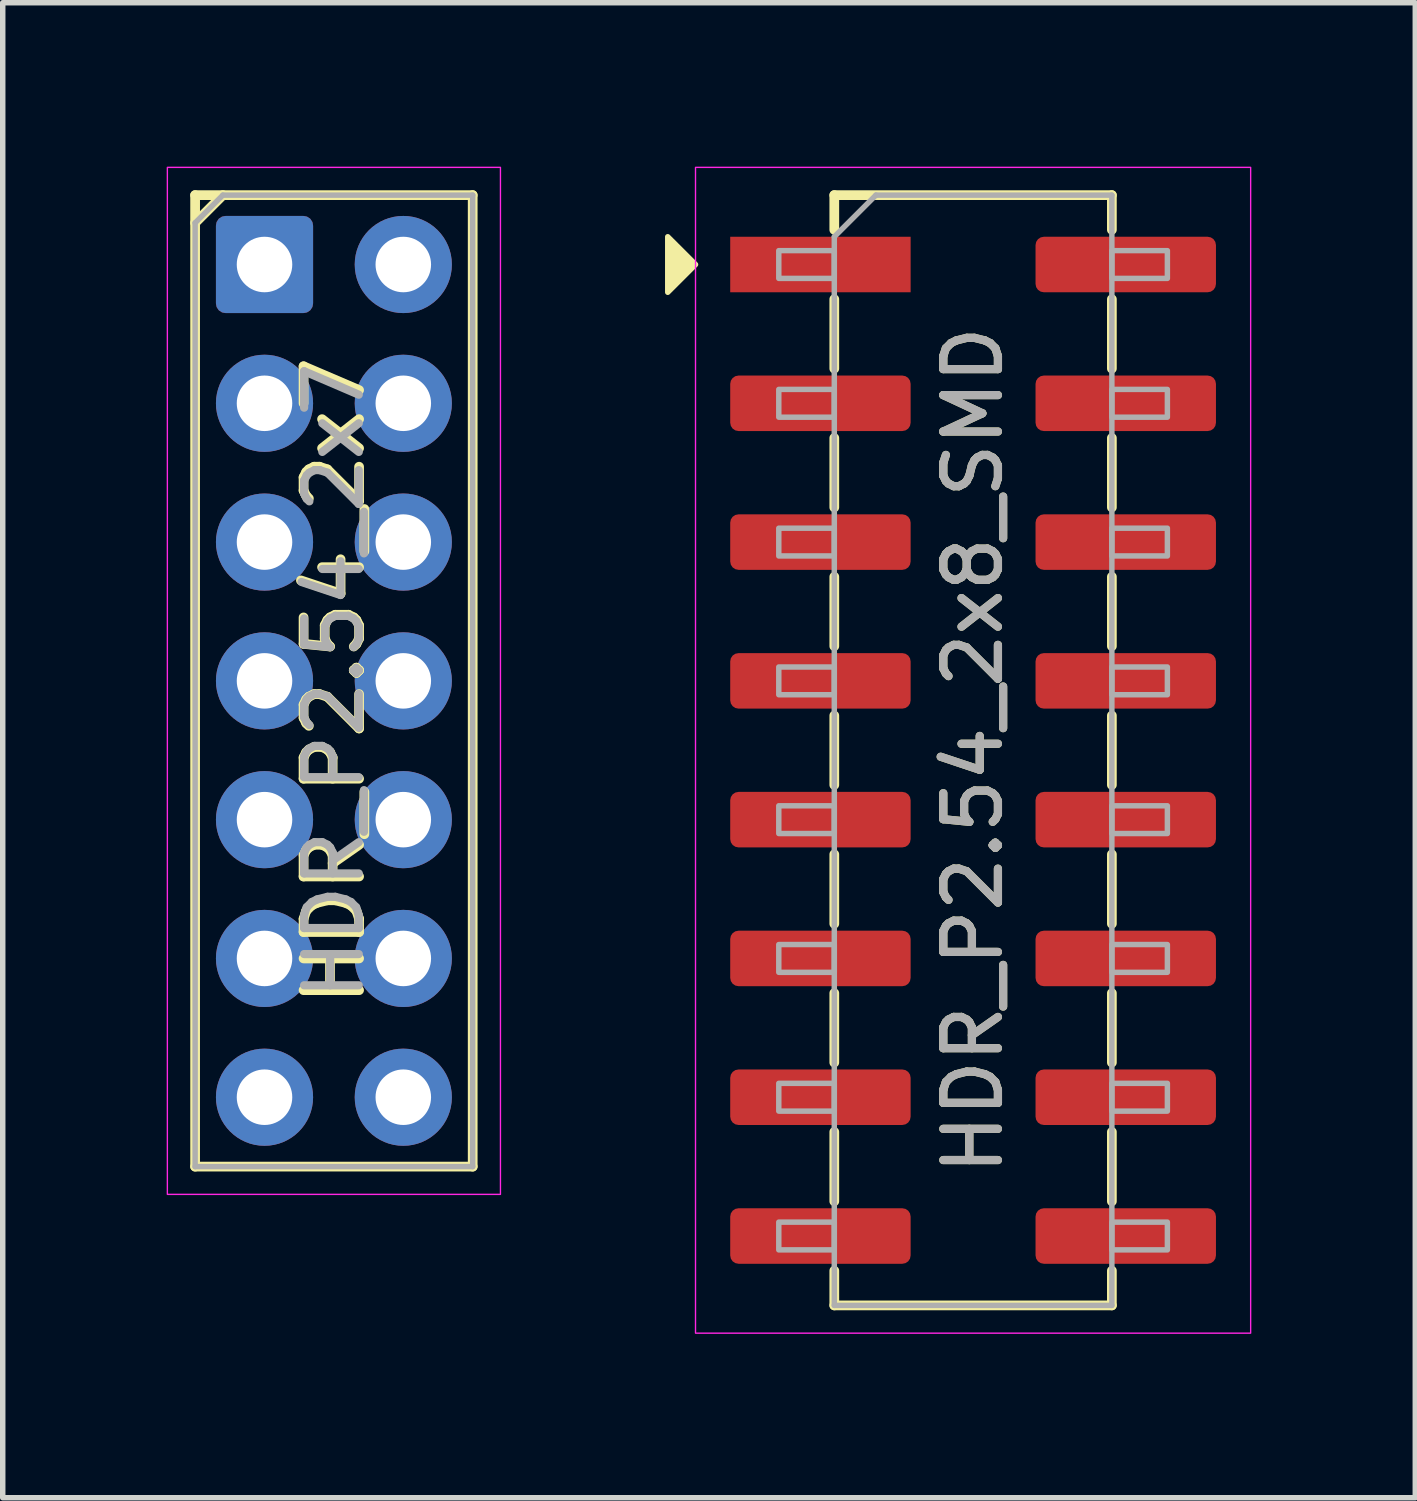
<source format=kicad_pcb>
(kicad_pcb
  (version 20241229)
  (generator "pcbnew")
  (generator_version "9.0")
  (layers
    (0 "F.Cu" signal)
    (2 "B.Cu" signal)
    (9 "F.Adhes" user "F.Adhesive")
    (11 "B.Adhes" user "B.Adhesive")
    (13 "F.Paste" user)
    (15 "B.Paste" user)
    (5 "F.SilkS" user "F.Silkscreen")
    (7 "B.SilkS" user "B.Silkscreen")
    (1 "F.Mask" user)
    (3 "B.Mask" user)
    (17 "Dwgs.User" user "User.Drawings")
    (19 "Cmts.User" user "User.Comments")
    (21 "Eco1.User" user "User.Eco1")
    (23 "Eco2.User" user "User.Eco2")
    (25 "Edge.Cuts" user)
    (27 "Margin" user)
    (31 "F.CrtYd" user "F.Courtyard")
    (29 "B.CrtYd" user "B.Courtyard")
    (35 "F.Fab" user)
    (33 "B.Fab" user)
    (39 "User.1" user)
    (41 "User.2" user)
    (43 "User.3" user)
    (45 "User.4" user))
  (footprint "HDR_P2.54_2x8_SMD"
    (layer "F.Cu")
    (at 14.759 10.681)
    (property "Reference" "HDR_P2.54_2x8_SMD" (at 0 0 90) (layer "F.SilkS") (effects (font (size 1 1) (thickness 0.15))))
    (attr smd)
    (fp_line (start -2.54 -10.16) (end -2.54 -9.525) (stroke (width 0.178) (type solid)) (layer "F.SilkS"))
    (fp_line (start -2.54 -6.985) (end -2.54 -8.255) (stroke (width 0.178) (type solid)) (layer "F.SilkS"))
    (fp_line (start -2.54 -4.445) (end -2.54 -5.715) (stroke (width 0.178) (type solid)) (layer "F.SilkS"))
    (fp_line (start -2.54 -1.905) (end -2.54 -3.175) (stroke (width 0.178) (type solid)) (layer "F.SilkS"))
    (fp_line (start -2.54 0.635) (end -2.54 -0.635) (stroke (width 0.178) (type solid)) (layer "F.SilkS"))
    (fp_line (start -2.54 3.175) (end -2.54 1.905) (stroke (width 0.178) (type solid)) (layer "F.SilkS"))
    (fp_line (start -2.54 5.715) (end -2.54 4.445) (stroke (width 0.178) (type solid)) (layer "F.SilkS"))
    (fp_line (start -2.54 8.255) (end -2.54 6.985) (stroke (width 0.178) (type solid)) (layer "F.SilkS"))
    (fp_line (start -2.54 10.16) (end -2.54 9.525) (stroke (width 0.178) (type solid)) (layer "F.SilkS"))
    (fp_line (start 2.54 -10.16) (end -2.54 -10.16) (stroke (width 0.178) (type solid)) (layer "F.SilkS"))
    (fp_line (start 2.54 -9.525) (end 2.54 -10.16) (stroke (width 0.178) (type solid)) (layer "F.SilkS"))
    (fp_line (start 2.54 -6.985) (end 2.54 -8.255) (stroke (width 0.178) (type solid)) (layer "F.SilkS"))
    (fp_line (start 2.54 -4.445) (end 2.54 -5.715) (stroke (width 0.178) (type solid)) (layer "F.SilkS"))
    (fp_line (start 2.54 -1.905) (end 2.54 -3.175) (stroke (width 0.178) (type solid)) (layer "F.SilkS"))
    (fp_line (start 2.54 0.635) (end 2.54 -0.635) (stroke (width 0.178) (type solid)) (layer "F.SilkS"))
    (fp_line (start 2.54 3.175) (end 2.54 1.905) (stroke (width 0.178) (type solid)) (layer "F.SilkS"))
    (fp_line (start 2.54 5.715) (end 2.54 4.445) (stroke (width 0.178) (type solid)) (layer "F.SilkS"))
    (fp_line (start 2.54 8.255) (end 2.54 6.985) (stroke (width 0.178) (type solid)) (layer "F.SilkS"))
    (fp_line (start 2.54 9.525) (end 2.54 10.16) (stroke (width 0.178) (type solid)) (layer "F.SilkS"))
    (fp_line (start 2.54 10.16) (end -2.54 10.16) (stroke (width 0.178) (type solid)) (layer "F.SilkS"))
    (fp_poly (pts (xy -5.08 -8.89) (xy -5.588 -8.382) (xy -5.588 -9.398)) (stroke (width 0.1) (type solid)) (fill yes) (layer "F.SilkS"))
    (fp_rect (start -5.08 -10.668) (end 5.08 10.668) (stroke (width 0.025) (type solid)) (fill no) (layer "F.CrtYd"))
    (fp_line (start -2.54 -9.398) (end -1.778 -10.16) (stroke (width 0.1) (type solid)) (layer "F.Fab"))
    (fp_line (start -2.54 10.16) (end -2.54 -9.398) (stroke (width 0.1) (type solid)) (layer "F.Fab"))
    (fp_line (start -1.778 -10.16) (end 2.54 -10.16) (stroke (width 0.1) (type solid)) (layer "F.Fab"))
    (fp_line (start 2.54 -10.16) (end 2.54 10.16) (stroke (width 0.1) (type solid)) (layer "F.Fab"))
    (fp_line (start 2.54 10.16) (end -2.54 10.16) (stroke (width 0.1) (type solid)) (layer "F.Fab"))
    (fp_rect (start -3.556 -9.144) (end -2.54 -8.636) (stroke (width 0.1) (type solid)) (fill no) (layer "F.Fab"))
    (fp_rect (start -3.556 -6.604) (end -2.54 -6.096) (stroke (width 0.1) (type solid)) (fill no) (layer "F.Fab"))
    (fp_rect (start -3.556 -4.064) (end -2.54 -3.556) (stroke (width 0.1) (type solid)) (fill no) (layer "F.Fab"))
    (fp_rect (start -3.556 -1.524) (end -2.54 -1.016) (stroke (width 0.1) (type solid)) (fill no) (layer "F.Fab"))
    (fp_rect (start -3.556 1.016) (end -2.54 1.524) (stroke (width 0.1) (type solid)) (fill no) (layer "F.Fab"))
    (fp_rect (start -3.556 3.556) (end -2.54 4.064) (stroke (width 0.1) (type solid)) (fill no) (layer "F.Fab"))
    (fp_rect (start -3.556 6.096) (end -2.54 6.604) (stroke (width 0.1) (type solid)) (fill no) (layer "F.Fab"))
    (fp_rect (start -3.556 8.636) (end -2.54 9.144) (stroke (width 0.1) (type solid)) (fill no) (layer "F.Fab"))
    (fp_rect (start 2.54 -9.144) (end 3.556 -8.636) (stroke (width 0.1) (type solid)) (fill no) (layer "F.Fab"))
    (fp_rect (start 2.54 -6.604) (end 3.556 -6.096) (stroke (width 0.1) (type solid)) (fill no) (layer "F.Fab"))
    (fp_rect (start 2.54 -4.064) (end 3.556 -3.556) (stroke (width 0.1) (type solid)) (fill no) (layer "F.Fab"))
    (fp_rect (start 2.54 -1.524) (end 3.556 -1.016) (stroke (width 0.1) (type solid)) (fill no) (layer "F.Fab"))
    (fp_rect (start 2.54 1.016) (end 3.556 1.524) (stroke (width 0.1) (type solid)) (fill no) (layer "F.Fab"))
    (fp_rect (start 2.54 3.556) (end 3.556 4.064) (stroke (width 0.1) (type solid)) (fill no) (layer "F.Fab"))
    (fp_rect (start 2.54 6.096) (end 3.556 6.604) (stroke (width 0.1) (type solid)) (fill no) (layer "F.Fab"))
    (fp_rect (start 2.54 8.636) (end 3.556 9.144) (stroke (width 0.1) (type solid)) (fill no) (layer "F.Fab"))
    (fp_text user "${REFERENCE}" (at 0 0 90) (layer "F.Fab") (effects (font (size 1 1) (thickness 0.15))))
    (pad "1" smd rect (at -2.794 -8.89) (size 3.302 1.016) (layers "F.Cu" "F.Mask" "F.Paste"))
    (pad "2" smd roundrect (at 2.794 -8.89) (size 3.302 1.016) (layers "F.Cu" "F.Mask" "F.Paste") (roundrect_rratio 0.15))
    (pad "3" smd roundrect (at -2.794 -6.35) (size 3.302 1.016) (layers "F.Cu" "F.Mask" "F.Paste") (roundrect_rratio 0.15))
    (pad "4" smd roundrect (at 2.794 -6.35) (size 3.302 1.016) (layers "F.Cu" "F.Mask" "F.Paste") (roundrect_rratio 0.15))
    (pad "5" smd roundrect (at -2.794 -3.81) (size 3.302 1.016) (layers "F.Cu" "F.Mask" "F.Paste") (roundrect_rratio 0.15))
    (pad "6" smd roundrect (at 2.794 -3.81) (size 3.302 1.016) (layers "F.Cu" "F.Mask" "F.Paste") (roundrect_rratio 0.15))
    (pad "7" smd roundrect (at -2.794 -1.27) (size 3.302 1.016) (layers "F.Cu" "F.Mask" "F.Paste") (roundrect_rratio 0.15))
    (pad "8" smd roundrect (at 2.794 -1.27) (size 3.302 1.016) (layers "F.Cu" "F.Mask" "F.Paste") (roundrect_rratio 0.15))
    (pad "9" smd roundrect (at -2.794 1.27) (size 3.302 1.016) (layers "F.Cu" "F.Mask" "F.Paste") (roundrect_rratio 0.15))
    (pad "10" smd roundrect (at 2.794 1.27) (size 3.302 1.016) (layers "F.Cu" "F.Mask" "F.Paste") (roundrect_rratio 0.15))
    (pad "11" smd roundrect (at -2.794 3.81) (size 3.302 1.016) (layers "F.Cu" "F.Mask" "F.Paste") (roundrect_rratio 0.15))
    (pad "12" smd roundrect (at 2.794 3.81) (size 3.302 1.016) (layers "F.Cu" "F.Mask" "F.Paste") (roundrect_rratio 0.15))
    (pad "13" smd roundrect (at -2.794 6.35) (size 3.302 1.016) (layers "F.Cu" "F.Mask" "F.Paste") (roundrect_rratio 0.15))
    (pad "14" smd roundrect (at 2.794 6.35) (size 3.302 1.016) (layers "F.Cu" "F.Mask" "F.Paste") (roundrect_rratio 0.15))
    (pad "15" smd roundrect (at -2.794 8.89) (size 3.302 1.016) (layers "F.Cu" "F.Mask" "F.Paste") (roundrect_rratio 0.15))
    (pad "16" smd roundrect (at 2.794 8.89) (size 3.302 1.016) (layers "F.Cu" "F.Mask" "F.Paste") (roundrect_rratio 0.15)))
  (footprint "HDR_P2.54_2x7"
    (layer "F.Cu")
    (at 3.061 9.411)
    (property "Reference" "HDR_P2.54_2x7" (at 0 0 90) (layer "F.SilkS") (effects (font (size 1.016 1.016) (thickness 0.178))))
    (attr through_hole)
    (fp_line (start -2.54 -8.89) (end -2.54 8.89) (stroke (width 0.178) (type solid)) (layer "F.SilkS"))
    (fp_line (start -2.54 -8.89) (end 2.54 -8.89) (stroke (width 0.178) (type solid)) (layer "F.SilkS"))
    (fp_line (start -2.54 -8.382) (end -2.032 -8.89) (stroke (width 0.178) (type solid)) (layer "F.SilkS"))
    (fp_line (start -2.54 8.89) (end 2.54 8.89) (stroke (width 0.178) (type solid)) (layer "F.SilkS"))
    (fp_line (start 2.54 -8.89) (end 2.54 8.89) (stroke (width 0.178) (type solid)) (layer "F.SilkS"))
    (fp_rect (start -3.048 -9.398) (end 3.048 9.398) (stroke (width 0.025) (type solid)) (fill no) (layer "F.CrtYd"))
    (fp_line (start -2.54 -8.382) (end -2.032 -8.89) (stroke (width 0.1) (type solid)) (layer "F.Fab"))
    (fp_line (start -2.54 8.89) (end -2.54 -8.382) (stroke (width 0.1) (type solid)) (layer "F.Fab"))
    (fp_line (start -2.032 -8.89) (end 2.54 -8.89) (stroke (width 0.1) (type solid)) (layer "F.Fab"))
    (fp_line (start 2.54 -8.89) (end 2.54 8.89) (stroke (width 0.1) (type solid)) (layer "F.Fab"))
    (fp_line (start 2.54 8.89) (end -2.54 8.89) (stroke (width 0.1) (type solid)) (layer "F.Fab"))
    (fp_text user "${REFERENCE}" (at 0 0 90) (layer "F.Fab") (effects (font (size 1 1) (thickness 0.15))))
    (pad "1" thru_hole roundrect (at -1.27 -7.62) (size 1.778 1.778) (drill 1.016) (layers "*.Cu" "*.Mask") (roundrect_rratio 0.1))
    (pad "2" thru_hole oval (at 1.27 -7.62) (size 1.778 1.778) (drill 1.016) (layers "*.Cu" "*.Mask"))
    (pad "3" thru_hole oval (at -1.27 -5.08) (size 1.778 1.778) (drill 1.016) (layers "*.Cu" "*.Mask"))
    (pad "4" thru_hole oval (at 1.27 -5.08) (size 1.778 1.778) (drill 1.016) (layers "*.Cu" "*.Mask"))
    (pad "5" thru_hole oval (at -1.27 -2.54) (size 1.778 1.778) (drill 1.016) (layers "*.Cu" "*.Mask"))
    (pad "6" thru_hole oval (at 1.27 -2.54) (size 1.778 1.778) (drill 1.016) (layers "*.Cu" "*.Mask"))
    (pad "7" thru_hole oval (at -1.27 0) (size 1.778 1.778) (drill 1.016) (layers "*.Cu" "*.Mask"))
    (pad "8" thru_hole oval (at 1.27 0) (size 1.778 1.778) (drill 1.016) (layers "*.Cu" "*.Mask"))
    (pad "9" thru_hole oval (at -1.27 2.54) (size 1.778 1.778) (drill 1.016) (layers "*.Cu" "*.Mask"))
    (pad "10" thru_hole oval (at 1.27 2.54) (size 1.778 1.778) (drill 1.016) (layers "*.Cu" "*.Mask"))
    (pad "11" thru_hole oval (at -1.27 5.08) (size 1.778 1.778) (drill 1.016) (layers "*.Cu" "*.Mask"))
    (pad "12" thru_hole oval (at 1.27 5.08) (size 1.778 1.778) (drill 1.016) (layers "*.Cu" "*.Mask"))
    (pad "13" thru_hole oval (at -1.27 7.62) (size 1.778 1.778) (drill 1.016) (layers "*.Cu" "*.Mask"))
    (pad "14" thru_hole oval (at 1.27 7.62) (size 1.778 1.778) (drill 1.016) (layers "*.Cu" "*.Mask")))
  (gr_rect
    (start -3 -3)
    (end 22.852 24.361)
    (stroke (width 0.1) (type default))
    (fill no)
    (layer "Edge.Cuts")))
</source>
